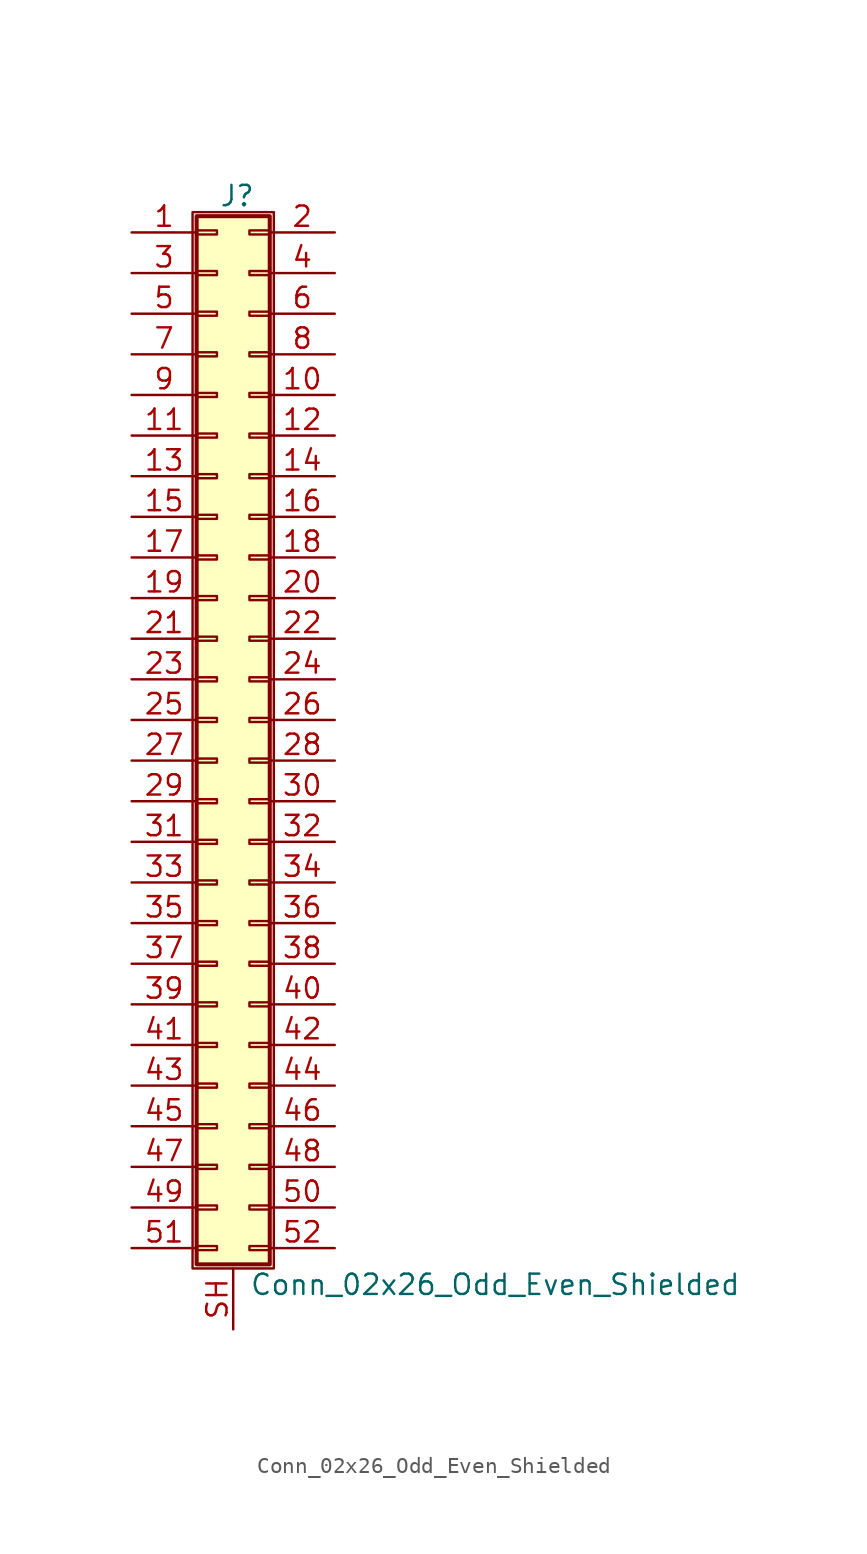
<source format=kicad_sym>
(kicad_symbol_lib
  (version 20201005)
  (generator kicad_symbol_editor)
  (symbol "Connector_Generic_Shielded:Conn_02x26_Odd_Even_Shielded"
    (pin_names
      (offset 1.016) hide)
    (property "Reference" "J"
      (at 1.524 32.766 0)
      (effects (font (size 1.27 1.27))))
    (property "Value" "Conn_02x26_Odd_Even_Shielded"
      (at 2.286 -35.306 0)
      (effects (font (size 1.27 1.27)) (justify left)))
    (symbol "Conn_02x26_Odd_Even_Shielded_1_1"
      (rectangle (start -1.016 -27.813) (end 0.254 -28.067) (stroke (width 0.152)) (fill (type none)))
      (rectangle (start -1.016 -30.353) (end 0.254 -30.607) (stroke (width 0.152)) (fill (type none)))
      (rectangle (start -1.016 -32.893) (end 0.254 -33.147) (stroke (width 0.152)) (fill (type none)))
      (rectangle (start -1.016 -4.953) (end 0.254 -5.207) (stroke (width 0.152)) (fill (type none)))
      (rectangle (start -1.016 -7.493) (end 0.254 -7.747) (stroke (width 0.152)) (fill (type none)))
      (rectangle (start -1.016 -10.033) (end 0.254 -10.287) (stroke (width 0.152)) (fill (type none)))
      (rectangle (start -1.016 -12.573) (end 0.254 -12.827) (stroke (width 0.152)) (fill (type none)))
      (rectangle (start -1.016 -15.113) (end 0.254 -15.367) (stroke (width 0.152)) (fill (type none)))
      (rectangle (start -1.016 -17.653) (end 0.254 -17.907) (stroke (width 0.152)) (fill (type none)))
      (rectangle (start -1.016 -20.193) (end 0.254 -20.447) (stroke (width 0.152)) (fill (type none)))
      (rectangle (start -1.016 -22.733) (end 0.254 -22.987) (stroke (width 0.152)) (fill (type none)))
      (rectangle (start -1.016 -2.413) (end 0.254 -2.667) (stroke (width 0.152)) (fill (type none)))
      (rectangle (start -1.016 -25.273) (end 0.254 -25.527) (stroke (width 0.152)) (fill (type none)))
      (rectangle (start -1.016 25.527) (end 0.254 25.273) (stroke (width 0.152)) (fill (type none)))
      (rectangle (start -1.016 2.667) (end 0.254 2.413) (stroke (width 0.152)) (fill (type none)))
      (rectangle (start -1.016 28.067) (end 0.254 27.813) (stroke (width 0.152)) (fill (type none)))
      (rectangle (start -1.016 30.607) (end 0.254 30.353) (stroke (width 0.152)) (fill (type none)))
      (rectangle (start -1.016 31.496) (end 3.556 -34.036) (stroke (width 0.254)) (fill (type background)))
      (rectangle (start -1.016 5.207) (end 0.254 4.953) (stroke (width 0.152)) (fill (type none)))
      (rectangle (start -1.016 7.747) (end 0.254 7.493) (stroke (width 0.152)) (fill (type none)))
      (rectangle (start -1.016 10.287) (end 0.254 10.033) (stroke (width 0.152)) (fill (type none)))
      (rectangle (start -1.016 0.127) (end 0.254 -0.127) (stroke (width 0.152)) (fill (type none)))
      (rectangle (start -1.016 12.827) (end 0.254 12.573) (stroke (width 0.152)) (fill (type none)))
      (rectangle (start -1.016 15.367) (end 0.254 15.113) (stroke (width 0.152)) (fill (type none)))
      (rectangle (start -1.016 17.907) (end 0.254 17.653) (stroke (width 0.152)) (fill (type none)))
      (rectangle (start -1.016 20.447) (end 0.254 20.193) (stroke (width 0.152)) (fill (type none)))
      (rectangle (start -1.016 22.987) (end 0.254 22.733) (stroke (width 0.152)) (fill (type none)))
      (rectangle (start -1.27 31.75) (end 3.81 -34.29) (stroke (width 0.152)) (fill (type none)))
      (rectangle (start 3.556 -27.813) (end 2.286 -28.067) (stroke (width 0.152)) (fill (type none)))
      (rectangle (start 3.556 -30.353) (end 2.286 -30.607) (stroke (width 0.152)) (fill (type none)))
      (rectangle (start 3.556 -32.893) (end 2.286 -33.147) (stroke (width 0.152)) (fill (type none)))
      (rectangle (start 3.556 -4.953) (end 2.286 -5.207) (stroke (width 0.152)) (fill (type none)))
      (rectangle (start 3.556 -7.493) (end 2.286 -7.747) (stroke (width 0.152)) (fill (type none)))
      (rectangle (start 3.556 -10.033) (end 2.286 -10.287) (stroke (width 0.152)) (fill (type none)))
      (rectangle (start 3.556 -12.573) (end 2.286 -12.827) (stroke (width 0.152)) (fill (type none)))
      (rectangle (start 3.556 -15.113) (end 2.286 -15.367) (stroke (width 0.152)) (fill (type none)))
      (rectangle (start 3.556 -17.653) (end 2.286 -17.907) (stroke (width 0.152)) (fill (type none)))
      (rectangle (start 3.556 -20.193) (end 2.286 -20.447) (stroke (width 0.152)) (fill (type none)))
      (rectangle (start 3.556 -22.733) (end 2.286 -22.987) (stroke (width 0.152)) (fill (type none)))
      (rectangle (start 3.556 -2.413) (end 2.286 -2.667) (stroke (width 0.152)) (fill (type none)))
      (rectangle (start 3.556 -25.273) (end 2.286 -25.527) (stroke (width 0.152)) (fill (type none)))
      (rectangle (start 3.556 25.527) (end 2.286 25.273) (stroke (width 0.152)) (fill (type none)))
      (rectangle (start 3.556 2.667) (end 2.286 2.413) (stroke (width 0.152)) (fill (type none)))
      (rectangle (start 3.556 28.067) (end 2.286 27.813) (stroke (width 0.152)) (fill (type none)))
      (rectangle (start 3.556 30.607) (end 2.286 30.353) (stroke (width 0.152)) (fill (type none)))
      (rectangle (start 3.556 5.207) (end 2.286 4.953) (stroke (width 0.152)) (fill (type none)))
      (rectangle (start 3.556 7.747) (end 2.286 7.493) (stroke (width 0.152)) (fill (type none)))
      (rectangle (start 3.556 10.287) (end 2.286 10.033) (stroke (width 0.152)) (fill (type none)))
      (rectangle (start 3.556 0.127) (end 2.286 -0.127) (stroke (width 0.152)) (fill (type none)))
      (rectangle (start 3.556 12.827) (end 2.286 12.573) (stroke (width 0.152)) (fill (type none)))
      (rectangle (start 3.556 15.367) (end 2.286 15.113) (stroke (width 0.152)) (fill (type none)))
      (rectangle (start 3.556 17.907) (end 2.286 17.653) (stroke (width 0.152)) (fill (type none)))
      (rectangle (start 3.556 20.447) (end 2.286 20.193) (stroke (width 0.152)) (fill (type none)))
      (rectangle (start 3.556 22.987) (end 2.286 22.733) (stroke (width 0.152)) (fill (type none)))
      (pin passive line (at -5.08 30.48 0) (length 4.064) (name "Pin_1" (effects (font (size 1.27 1.27)))) (number "1" (effects (font (size 1.27 1.27)))))
      (pin passive line (at 7.62 20.32 180) (length 4.064) (name "Pin_10" (effects (font (size 1.27 1.27)))) (number "10" (effects (font (size 1.27 1.27)))))
      (pin passive line (at -5.08 17.78 0) (length 4.064) (name "Pin_11" (effects (font (size 1.27 1.27)))) (number "11" (effects (font (size 1.27 1.27)))))
      (pin passive line (at 7.62 17.78 180) (length 4.064) (name "Pin_12" (effects (font (size 1.27 1.27)))) (number "12" (effects (font (size 1.27 1.27)))))
      (pin passive line (at -5.08 15.24 0) (length 4.064) (name "Pin_13" (effects (font (size 1.27 1.27)))) (number "13" (effects (font (size 1.27 1.27)))))
      (pin passive line (at 7.62 15.24 180) (length 4.064) (name "Pin_14" (effects (font (size 1.27 1.27)))) (number "14" (effects (font (size 1.27 1.27)))))
      (pin passive line (at -5.08 12.7 0) (length 4.064) (name "Pin_15" (effects (font (size 1.27 1.27)))) (number "15" (effects (font (size 1.27 1.27)))))
      (pin passive line (at 7.62 12.7 180) (length 4.064) (name "Pin_16" (effects (font (size 1.27 1.27)))) (number "16" (effects (font (size 1.27 1.27)))))
      (pin passive line (at -5.08 10.16 0) (length 4.064) (name "Pin_17" (effects (font (size 1.27 1.27)))) (number "17" (effects (font (size 1.27 1.27)))))
      (pin passive line (at 7.62 10.16 180) (length 4.064) (name "Pin_18" (effects (font (size 1.27 1.27)))) (number "18" (effects (font (size 1.27 1.27)))))
      (pin passive line (at -5.08 7.62 0) (length 4.064) (name "Pin_19" (effects (font (size 1.27 1.27)))) (number "19" (effects (font (size 1.27 1.27)))))
      (pin passive line (at 7.62 30.48 180) (length 4.064) (name "Pin_2" (effects (font (size 1.27 1.27)))) (number "2" (effects (font (size 1.27 1.27)))))
      (pin passive line (at 7.62 7.62 180) (length 4.064) (name "Pin_20" (effects (font (size 1.27 1.27)))) (number "20" (effects (font (size 1.27 1.27)))))
      (pin passive line (at -5.08 5.08 0) (length 4.064) (name "Pin_21" (effects (font (size 1.27 1.27)))) (number "21" (effects (font (size 1.27 1.27)))))
      (pin passive line (at 7.62 5.08 180) (length 4.064) (name "Pin_22" (effects (font (size 1.27 1.27)))) (number "22" (effects (font (size 1.27 1.27)))))
      (pin passive line (at -5.08 2.54 0) (length 4.064) (name "Pin_23" (effects (font (size 1.27 1.27)))) (number "23" (effects (font (size 1.27 1.27)))))
      (pin passive line (at 7.62 2.54 180) (length 4.064) (name "Pin_24" (effects (font (size 1.27 1.27)))) (number "24" (effects (font (size 1.27 1.27)))))
      (pin passive line (at -5.08 0 0) (length 4.064) (name "Pin_25" (effects (font (size 1.27 1.27)))) (number "25" (effects (font (size 1.27 1.27)))))
      (pin passive line (at 7.62 0 180) (length 4.064) (name "Pin_26" (effects (font (size 1.27 1.27)))) (number "26" (effects (font (size 1.27 1.27)))))
      (pin passive line (at -5.08 -2.54 0) (length 4.064) (name "Pin_27" (effects (font (size 1.27 1.27)))) (number "27" (effects (font (size 1.27 1.27)))))
      (pin passive line (at 7.62 -2.54 180) (length 4.064) (name "Pin_28" (effects (font (size 1.27 1.27)))) (number "28" (effects (font (size 1.27 1.27)))))
      (pin passive line (at -5.08 -5.08 0) (length 4.064) (name "Pin_29" (effects (font (size 1.27 1.27)))) (number "29" (effects (font (size 1.27 1.27)))))
      (pin passive line (at -5.08 27.94 0) (length 4.064) (name "Pin_3" (effects (font (size 1.27 1.27)))) (number "3" (effects (font (size 1.27 1.27)))))
      (pin passive line (at 7.62 -5.08 180) (length 4.064) (name "Pin_30" (effects (font (size 1.27 1.27)))) (number "30" (effects (font (size 1.27 1.27)))))
      (pin passive line (at -5.08 -7.62 0) (length 4.064) (name "Pin_31" (effects (font (size 1.27 1.27)))) (number "31" (effects (font (size 1.27 1.27)))))
      (pin passive line (at 7.62 -7.62 180) (length 4.064) (name "Pin_32" (effects (font (size 1.27 1.27)))) (number "32" (effects (font (size 1.27 1.27)))))
      (pin passive line (at -5.08 -10.16 0) (length 4.064) (name "Pin_33" (effects (font (size 1.27 1.27)))) (number "33" (effects (font (size 1.27 1.27)))))
      (pin passive line (at 7.62 -10.16 180) (length 4.064) (name "Pin_34" (effects (font (size 1.27 1.27)))) (number "34" (effects (font (size 1.27 1.27)))))
      (pin passive line (at -5.08 -12.7 0) (length 4.064) (name "Pin_35" (effects (font (size 1.27 1.27)))) (number "35" (effects (font (size 1.27 1.27)))))
      (pin passive line (at 7.62 -12.7 180) (length 4.064) (name "Pin_36" (effects (font (size 1.27 1.27)))) (number "36" (effects (font (size 1.27 1.27)))))
      (pin passive line (at -5.08 -15.24 0) (length 4.064) (name "Pin_37" (effects (font (size 1.27 1.27)))) (number "37" (effects (font (size 1.27 1.27)))))
      (pin passive line (at 7.62 -15.24 180) (length 4.064) (name "Pin_38" (effects (font (size 1.27 1.27)))) (number "38" (effects (font (size 1.27 1.27)))))
      (pin passive line (at -5.08 -17.78 0) (length 4.064) (name "Pin_39" (effects (font (size 1.27 1.27)))) (number "39" (effects (font (size 1.27 1.27)))))
      (pin passive line (at 7.62 27.94 180) (length 4.064) (name "Pin_4" (effects (font (size 1.27 1.27)))) (number "4" (effects (font (size 1.27 1.27)))))
      (pin passive line (at 7.62 -17.78 180) (length 4.064) (name "Pin_40" (effects (font (size 1.27 1.27)))) (number "40" (effects (font (size 1.27 1.27)))))
      (pin passive line (at -5.08 -20.32 0) (length 4.064) (name "Pin_41" (effects (font (size 1.27 1.27)))) (number "41" (effects (font (size 1.27 1.27)))))
      (pin passive line (at 7.62 -20.32 180) (length 4.064) (name "Pin_42" (effects (font (size 1.27 1.27)))) (number "42" (effects (font (size 1.27 1.27)))))
      (pin passive line (at -5.08 -22.86 0) (length 4.064) (name "Pin_43" (effects (font (size 1.27 1.27)))) (number "43" (effects (font (size 1.27 1.27)))))
      (pin passive line (at 7.62 -22.86 180) (length 4.064) (name "Pin_44" (effects (font (size 1.27 1.27)))) (number "44" (effects (font (size 1.27 1.27)))))
      (pin passive line (at -5.08 -25.4 0) (length 4.064) (name "Pin_45" (effects (font (size 1.27 1.27)))) (number "45" (effects (font (size 1.27 1.27)))))
      (pin passive line (at 7.62 -25.4 180) (length 4.064) (name "Pin_46" (effects (font (size 1.27 1.27)))) (number "46" (effects (font (size 1.27 1.27)))))
      (pin passive line (at -5.08 -27.94 0) (length 4.064) (name "Pin_47" (effects (font (size 1.27 1.27)))) (number "47" (effects (font (size 1.27 1.27)))))
      (pin passive line (at 7.62 -27.94 180) (length 4.064) (name "Pin_48" (effects (font (size 1.27 1.27)))) (number "48" (effects (font (size 1.27 1.27)))))
      (pin passive line (at -5.08 -30.48 0) (length 4.064) (name "Pin_49" (effects (font (size 1.27 1.27)))) (number "49" (effects (font (size 1.27 1.27)))))
      (pin passive line (at -5.08 25.4 0) (length 4.064) (name "Pin_5" (effects (font (size 1.27 1.27)))) (number "5" (effects (font (size 1.27 1.27)))))
      (pin passive line (at 7.62 -30.48 180) (length 4.064) (name "Pin_50" (effects (font (size 1.27 1.27)))) (number "50" (effects (font (size 1.27 1.27)))))
      (pin passive line (at -5.08 -33.02 0) (length 4.064) (name "Pin_51" (effects (font (size 1.27 1.27)))) (number "51" (effects (font (size 1.27 1.27)))))
      (pin passive line (at 7.62 -33.02 180) (length 4.064) (name "Pin_52" (effects (font (size 1.27 1.27)))) (number "52" (effects (font (size 1.27 1.27)))))
      (pin passive line (at 7.62 25.4 180) (length 4.064) (name "Pin_6" (effects (font (size 1.27 1.27)))) (number "6" (effects (font (size 1.27 1.27)))))
      (pin passive line (at -5.08 22.86 0) (length 4.064) (name "Pin_7" (effects (font (size 1.27 1.27)))) (number "7" (effects (font (size 1.27 1.27)))))
      (pin passive line (at 7.62 22.86 180) (length 4.064) (name "Pin_8" (effects (font (size 1.27 1.27)))) (number "8" (effects (font (size 1.27 1.27)))))
      (pin passive line (at -5.08 20.32 0) (length 4.064) (name "Pin_9" (effects (font (size 1.27 1.27)))) (number "9" (effects (font (size 1.27 1.27)))))
      (pin passive line (at 1.27 -38.1 90) (length 3.81) (name "Shield" (effects (font (size 1.27 1.27)))) (number "SH" (effects (font (size 1.27 1.27))))))))
</source>
